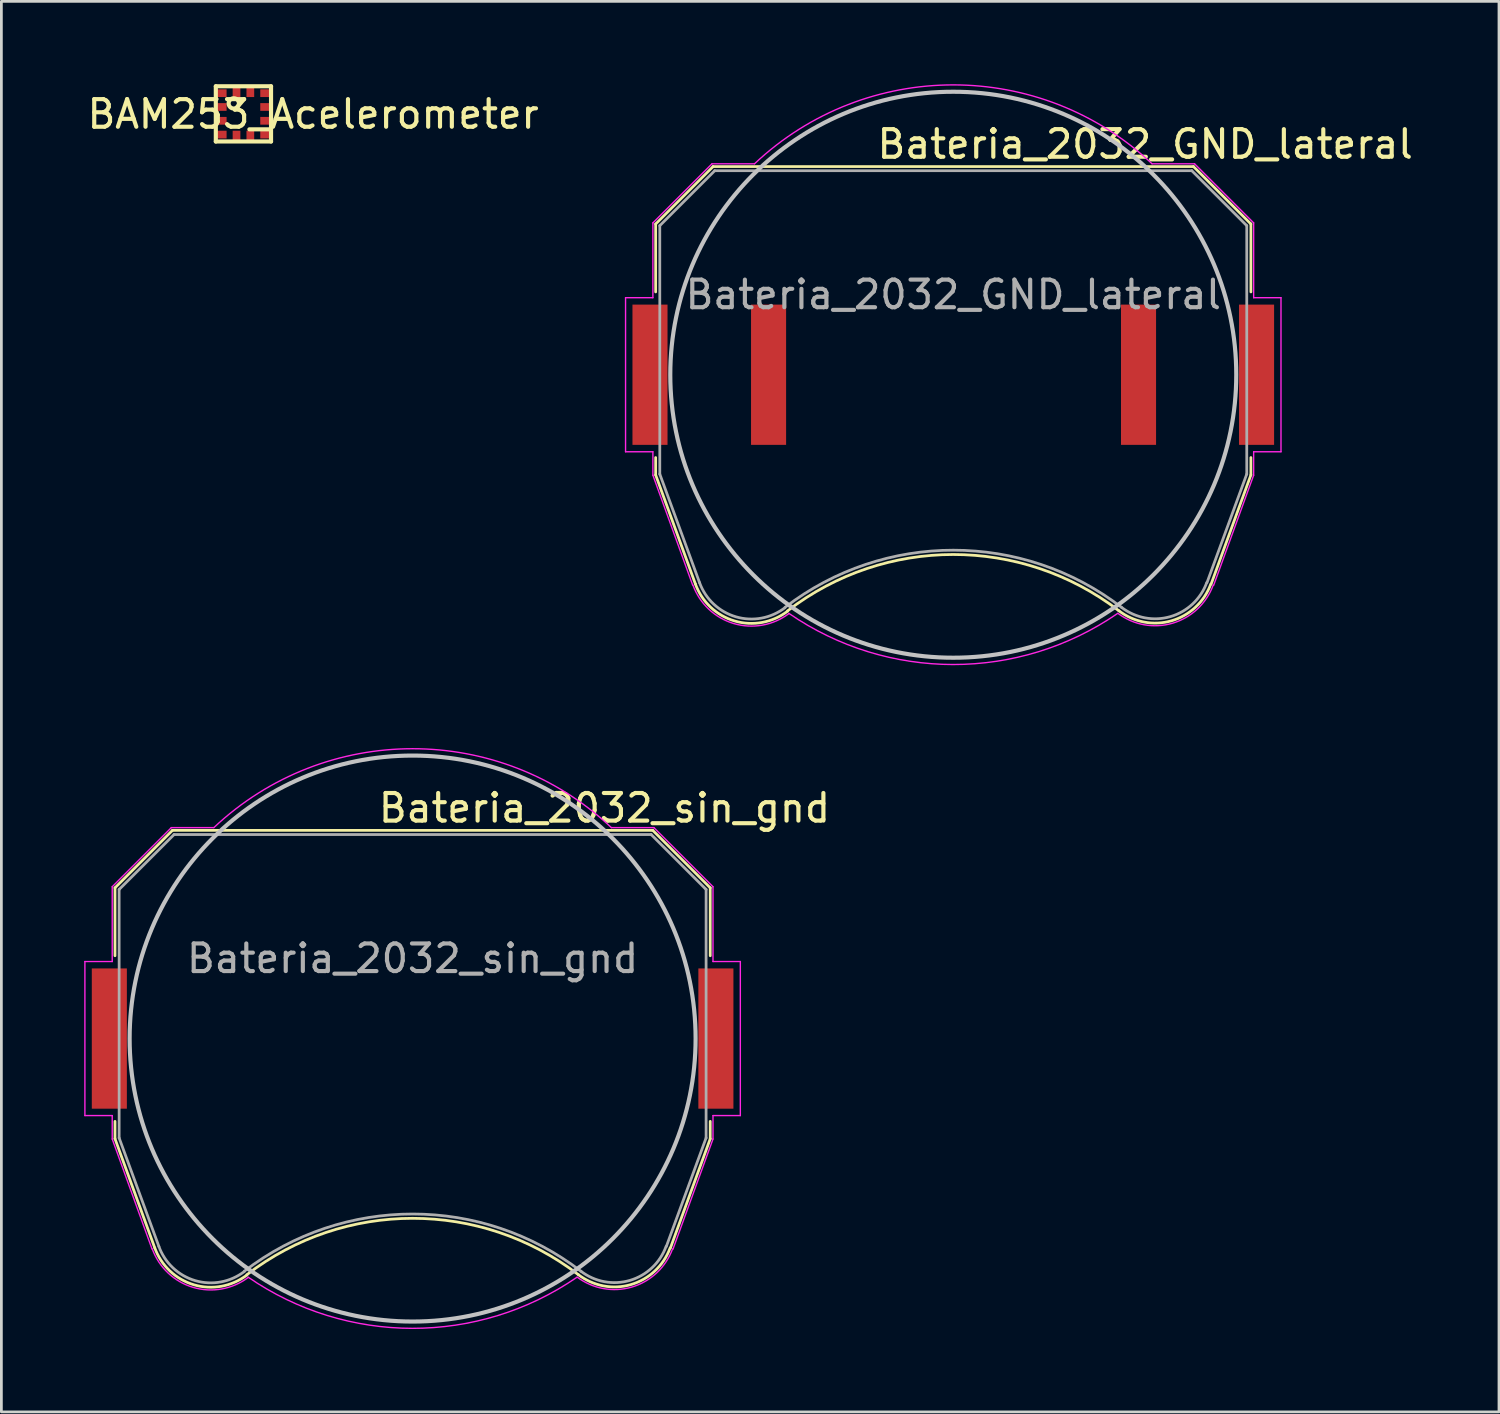
<source format=kicad_pcb>
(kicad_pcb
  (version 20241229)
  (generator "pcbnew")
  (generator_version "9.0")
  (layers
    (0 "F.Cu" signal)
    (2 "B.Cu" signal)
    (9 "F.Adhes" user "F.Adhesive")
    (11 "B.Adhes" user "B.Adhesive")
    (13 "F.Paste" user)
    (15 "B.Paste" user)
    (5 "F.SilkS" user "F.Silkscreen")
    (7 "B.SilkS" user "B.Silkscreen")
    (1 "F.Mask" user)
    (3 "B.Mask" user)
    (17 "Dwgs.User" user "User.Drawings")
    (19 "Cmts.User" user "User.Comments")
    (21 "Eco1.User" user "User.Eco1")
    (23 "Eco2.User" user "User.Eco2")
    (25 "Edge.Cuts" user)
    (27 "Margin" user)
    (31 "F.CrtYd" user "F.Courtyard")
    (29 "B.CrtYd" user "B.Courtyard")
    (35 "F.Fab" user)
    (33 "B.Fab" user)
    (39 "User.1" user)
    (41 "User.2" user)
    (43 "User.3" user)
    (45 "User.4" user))
  (footprint "Bateria_2032_GND_lateral"
    (layer "F.Cu")
    (at 31.478 10.523)
    (property "Reference" "Bateria_2032_GND_lateral" (at 6.95 -8.35 0) (layer "F.SilkS") (effects (font (size 1 1) (thickness 0.15))))
    (attr smd)
    (fp_line (start -10.78 -5.46) (end -10.78 -3) (stroke (width 0.1) (type solid)) (layer "F.SilkS"))
    (fp_line (start -10.78 3) (end -10.78 3.63) (stroke (width 0.1) (type solid)) (layer "F.SilkS"))
    (fp_line (start -10.78 3.63) (end -9.34 7.58) (stroke (width 0.1) (type solid)) (layer "F.SilkS"))
    (fp_line (start -8.7 -7.54) (end -10.78 -5.46) (stroke (width 0.1) (type solid)) (layer "F.SilkS"))
    (fp_line (start 8.7 -7.54) (end -8.7 -7.54) (stroke (width 0.1) (type solid)) (layer "F.SilkS"))
    (fp_line (start 8.7 -7.54) (end 10.78 -5.46) (stroke (width 0.1) (type solid)) (layer "F.SilkS"))
    (fp_line (start 10.78 -5.46) (end 10.78 -3) (stroke (width 0.1) (type solid)) (layer "F.SilkS"))
    (fp_line (start 10.78 3) (end 10.78 3.63) (stroke (width 0.1) (type solid)) (layer "F.SilkS"))
    (fp_line (start 10.78 3.63) (end 9.34 7.58) (stroke (width 0.1) (type solid)) (layer "F.SilkS"))
    (fp_arc (start -6.0046 8.553536) (mid -0.002901 6.511341) (end 6 8.55) (stroke (width 0.1) (type solid)) (layer "F.SilkS"))
    (fp_arc (start -6.003354 8.56653) (mid -7.921654 8.918738) (end -9.34 7.58) (stroke (width 0.1) (type solid)) (layer "F.SilkS"))
    (fp_arc (start 9.325243 7.588169) (mid 7.90634 8.911668) (end 6 8.55) (stroke (width 0.1) (type solid)) (layer "F.SilkS"))
    (fp_circle (center 0 0) (end 0 10.25) (stroke (width 0.15) (type solid)) (fill no) (layer "Dwgs.User"))
    (fp_line (start -11.87 -2.79) (end -11.87 2.79) (stroke (width 0.05) (type solid)) (layer "F.CrtYd"))
    (fp_line (start -11.87 2.79) (end -10.88 2.79) (stroke (width 0.05) (type solid)) (layer "F.CrtYd"))
    (fp_line (start -10.88 -5.5) (end -10.88 -2.79) (stroke (width 0.05) (type solid)) (layer "F.CrtYd"))
    (fp_line (start -10.88 -2.79) (end -11.87 -2.79) (stroke (width 0.05) (type solid)) (layer "F.CrtYd"))
    (fp_line (start -10.88 2.79) (end -10.88 3.64) (stroke (width 0.05) (type solid)) (layer "F.CrtYd"))
    (fp_line (start -10.88 3.64) (end -9.44 7.62) (stroke (width 0.05) (type solid)) (layer "F.CrtYd"))
    (fp_line (start -8.74 -7.64) (end -10.88 -5.5) (stroke (width 0.05) (type solid)) (layer "F.CrtYd"))
    (fp_line (start -7.2 -7.64) (end -8.74 -7.64) (stroke (width 0.05) (type solid)) (layer "F.CrtYd"))
    (fp_line (start 8.74 -7.64) (end 7.2 -7.64) (stroke (width 0.05) (type solid)) (layer "F.CrtYd"))
    (fp_line (start 9.43 7.63) (end 10.88 3.64) (stroke (width 0.05) (type solid)) (layer "F.CrtYd"))
    (fp_line (start 10.88 -5.5) (end 8.74 -7.64) (stroke (width 0.05) (type solid)) (layer "F.CrtYd"))
    (fp_line (start 10.88 -2.79) (end 10.88 -5.5) (stroke (width 0.05) (type solid)) (layer "F.CrtYd"))
    (fp_line (start 10.88 2.79) (end 11.87 2.79) (stroke (width 0.05) (type solid)) (layer "F.CrtYd"))
    (fp_line (start 10.88 3.64) (end 10.88 2.79) (stroke (width 0.05) (type solid)) (layer "F.CrtYd"))
    (fp_line (start 11.87 -2.79) (end 10.88 -2.79) (stroke (width 0.05) (type solid)) (layer "F.CrtYd"))
    (fp_line (start 11.87 2.79) (end 11.87 -2.79) (stroke (width 0.05) (type solid)) (layer "F.CrtYd"))
    (fp_arc (start -7.199546 -7.640427) (mid 0.000312 -10.498075) (end 7.2 -7.64) (stroke (width 0.05) (type solid)) (layer "F.CrtYd"))
    (fp_arc (start -5.956965 8.654604) (mid -7.953941 9.011629) (end -9.43 7.62) (stroke (width 0.05) (type solid)) (layer "F.CrtYd"))
    (fp_arc (start 5.945368 8.650075) (mid -0.008883 10.496243) (end -5.96 8.64) (stroke (width 0.05) (type solid)) (layer "F.CrtYd"))
    (fp_arc (start 9.415144 7.621341) (mid 7.944017 9.000493) (end 5.96 8.64) (stroke (width 0.05) (type solid)) (layer "F.CrtYd"))
    (fp_line (start -10.63 -5.4) (end -8.64 -7.39) (stroke (width 0.1) (type solid)) (layer "F.Fab"))
    (fp_line (start -10.63 3.6) (end -10.63 -5.4) (stroke (width 0.1) (type solid)) (layer "F.Fab"))
    (fp_line (start -9.19 7.53) (end -10.63 3.6) (stroke (width 0.1) (type solid)) (layer "F.Fab"))
    (fp_line (start -8.64 -7.39) (end 8.64 -7.39) (stroke (width 0.1) (type solid)) (layer "F.Fab"))
    (fp_line (start 8.64 -7.39) (end 10.63 -5.4) (stroke (width 0.1) (type solid)) (layer "F.Fab"))
    (fp_line (start 10.63 -5.4) (end 10.63 3.6) (stroke (width 0.1) (type solid)) (layer "F.Fab"))
    (fp_line (start 10.63 3.6) (end 9.19 7.53) (stroke (width 0.1) (type solid)) (layer "F.Fab"))
    (fp_arc (start -6.096146 8.438508) (mid -7.87328 8.768206) (end -9.19 7.53) (stroke (width 0.1) (type solid)) (layer "F.Fab"))
    (fp_arc (start -6.094852 8.426043) (mid 0.003247 6.355257) (end 6.1 8.43) (stroke (width 0.1) (type solid)) (layer "F.Fab"))
    (fp_arc (start 9.180727 7.528882) (mid 7.868698 8.760067) (end 6.1 8.43) (stroke (width 0.1) (type solid)) (layer "F.Fab"))
    (fp_text user "${REFERENCE}" (at 0 -2.9 0) (layer "F.Fab") (effects (font (size 1 1) (thickness 0.15))))
    (pad "1" smd rect (at -10.985 0) (size 1.27 5.08) (layers "F.Cu" "F.Mask" "F.Paste"))
    (pad "1" smd rect (at 10.985 0) (size 1.27 5.08) (layers "F.Cu" "F.Mask" "F.Paste"))
    (pad "2" smd rect (at -6.69 0) (size 1.27 5.08) (layers "F.Cu" "F.Mask" "F.Paste"))
    (pad "2" smd rect (at 6.71 0) (size 1.27 5.08) (layers "F.Cu" "F.Mask" "F.Paste")))
  (footprint "BAM253_Acelerometer"
    (layer "F.Cu")
    (at 5.767 1.075)
    (property "Reference" "BAM253_Acelerometer" (at 2.525 0.01 0) (layer "F.SilkS") (effects (font (size 1 1) (thickness 0.15))))
    (attr through_hole)
    (fp_line (start -1 -1) (end -1 1) (stroke (width 0.15) (type solid)) (layer "F.SilkS"))
    (fp_line (start -1 1) (end 1 1) (stroke (width 0.15) (type solid)) (layer "F.SilkS"))
    (fp_line (start 1 -1) (end -1 -1) (stroke (width 0.15) (type solid)) (layer "F.SilkS"))
    (fp_line (start 1 1) (end 1 -1) (stroke (width 0.15) (type solid)) (layer "F.SilkS"))
    (fp_circle (center -0.35 -0.38) (end -0.2 -0.27) (stroke (width 0.15) (type solid)) (fill no) (layer "F.SilkS"))
    (pad "1" smd rect (at -0.815 -0.75) (size 0.41 0.28) (layers "F.Cu" "F.Mask" "F.Paste"))
    (pad "2" smd rect (at -0.815 -0.25) (size 0.41 0.28) (layers "F.Cu" "F.Mask" "F.Paste"))
    (pad "3" smd rect (at -0.815 0.25) (size 0.41 0.28) (layers "F.Cu" "F.Mask" "F.Paste"))
    (pad "4" smd rect (at -0.815 0.75) (size 0.41 0.28) (layers "F.Cu" "F.Mask" "F.Paste"))
    (pad "5" smd rect (at -0.25 0.815 90) (size 0.41 0.28) (layers "F.Cu" "F.Mask" "F.Paste"))
    (pad "6" smd rect (at 0.25 0.815 90) (size 0.41 0.28) (layers "F.Cu" "F.Mask" "F.Paste"))
    (pad "7" smd rect (at 0.815 0.75) (size 0.41 0.28) (layers "F.Cu" "F.Mask" "F.Paste"))
    (pad "8" smd rect (at 0.815 0.25) (size 0.41 0.28) (layers "F.Cu" "F.Mask" "F.Paste"))
    (pad "9" smd rect (at 0.815 -0.25) (size 0.41 0.28) (layers "F.Cu" "F.Mask" "F.Paste"))
    (pad "10" smd rect (at 0.815 -0.75) (size 0.41 0.28) (layers "F.Cu" "F.Mask" "F.Paste"))
    (pad "11" smd rect (at 0.25 -0.815 270) (size 0.41 0.28) (layers "F.Cu" "F.Mask" "F.Paste"))
    (pad "12" smd rect (at -0.25 -0.815 270) (size 0.41 0.28) (layers "F.Cu" "F.Mask" "F.Paste")))
  (footprint "Bateria_2032_sin_gnd"
    (layer "F.Cu")
    (at 11.895 34.567)
    (property "Reference" "Bateria_2032_sin_gnd" (at 6.95 -8.35 0) (layer "F.SilkS") (effects (font (size 1 1) (thickness 0.15))))
    (attr smd)
    (fp_line (start -10.78 -5.46) (end -10.78 -3) (stroke (width 0.1) (type solid)) (layer "F.SilkS"))
    (fp_line (start -10.78 3) (end -10.78 3.63) (stroke (width 0.1) (type solid)) (layer "F.SilkS"))
    (fp_line (start -10.78 3.63) (end -9.34 7.58) (stroke (width 0.1) (type solid)) (layer "F.SilkS"))
    (fp_line (start -8.7 -7.54) (end -10.78 -5.46) (stroke (width 0.1) (type solid)) (layer "F.SilkS"))
    (fp_line (start 8.7 -7.54) (end -8.7 -7.54) (stroke (width 0.1) (type solid)) (layer "F.SilkS"))
    (fp_line (start 8.7 -7.54) (end 10.78 -5.46) (stroke (width 0.1) (type solid)) (layer "F.SilkS"))
    (fp_line (start 10.78 -5.46) (end 10.78 -3) (stroke (width 0.1) (type solid)) (layer "F.SilkS"))
    (fp_line (start 10.78 3) (end 10.78 3.63) (stroke (width 0.1) (type solid)) (layer "F.SilkS"))
    (fp_line (start 10.78 3.63) (end 9.34 7.58) (stroke (width 0.1) (type solid)) (layer "F.SilkS"))
    (fp_arc (start -6.0046 8.553536) (mid -0.002901 6.511341) (end 6 8.55) (stroke (width 0.1) (type solid)) (layer "F.SilkS"))
    (fp_arc (start -6.003354 8.56653) (mid -7.921654 8.918738) (end -9.34 7.58) (stroke (width 0.1) (type solid)) (layer "F.SilkS"))
    (fp_arc (start 9.325243 7.588169) (mid 7.90634 8.911668) (end 6 8.55) (stroke (width 0.1) (type solid)) (layer "F.SilkS"))
    (fp_circle (center 0 0) (end 0 10.25) (stroke (width 0.15) (type solid)) (fill no) (layer "Dwgs.User"))
    (fp_line (start -11.87 -2.79) (end -11.87 2.79) (stroke (width 0.05) (type solid)) (layer "F.CrtYd"))
    (fp_line (start -11.87 2.79) (end -10.88 2.79) (stroke (width 0.05) (type solid)) (layer "F.CrtYd"))
    (fp_line (start -10.88 -5.5) (end -10.88 -2.79) (stroke (width 0.05) (type solid)) (layer "F.CrtYd"))
    (fp_line (start -10.88 -2.79) (end -11.87 -2.79) (stroke (width 0.05) (type solid)) (layer "F.CrtYd"))
    (fp_line (start -10.88 2.79) (end -10.88 3.64) (stroke (width 0.05) (type solid)) (layer "F.CrtYd"))
    (fp_line (start -10.88 3.64) (end -9.44 7.62) (stroke (width 0.05) (type solid)) (layer "F.CrtYd"))
    (fp_line (start -8.74 -7.64) (end -10.88 -5.5) (stroke (width 0.05) (type solid)) (layer "F.CrtYd"))
    (fp_line (start -7.2 -7.64) (end -8.74 -7.64) (stroke (width 0.05) (type solid)) (layer "F.CrtYd"))
    (fp_line (start 8.74 -7.64) (end 7.2 -7.64) (stroke (width 0.05) (type solid)) (layer "F.CrtYd"))
    (fp_line (start 9.43 7.63) (end 10.88 3.64) (stroke (width 0.05) (type solid)) (layer "F.CrtYd"))
    (fp_line (start 10.88 -5.5) (end 8.74 -7.64) (stroke (width 0.05) (type solid)) (layer "F.CrtYd"))
    (fp_line (start 10.88 -2.79) (end 10.88 -5.5) (stroke (width 0.05) (type solid)) (layer "F.CrtYd"))
    (fp_line (start 10.88 2.79) (end 11.87 2.79) (stroke (width 0.05) (type solid)) (layer "F.CrtYd"))
    (fp_line (start 10.88 3.64) (end 10.88 2.79) (stroke (width 0.05) (type solid)) (layer "F.CrtYd"))
    (fp_line (start 11.87 -2.79) (end 10.88 -2.79) (stroke (width 0.05) (type solid)) (layer "F.CrtYd"))
    (fp_line (start 11.87 2.79) (end 11.87 -2.79) (stroke (width 0.05) (type solid)) (layer "F.CrtYd"))
    (fp_arc (start -7.199546 -7.640427) (mid 0.000312 -10.498075) (end 7.2 -7.64) (stroke (width 0.05) (type solid)) (layer "F.CrtYd"))
    (fp_arc (start -5.956965 8.654604) (mid -7.953941 9.011629) (end -9.43 7.62) (stroke (width 0.05) (type solid)) (layer "F.CrtYd"))
    (fp_arc (start 5.945368 8.650075) (mid -0.008883 10.496243) (end -5.96 8.64) (stroke (width 0.05) (type solid)) (layer "F.CrtYd"))
    (fp_arc (start 9.415144 7.621341) (mid 7.944017 9.000493) (end 5.96 8.64) (stroke (width 0.05) (type solid)) (layer "F.CrtYd"))
    (fp_line (start -10.63 -5.4) (end -8.64 -7.39) (stroke (width 0.1) (type solid)) (layer "F.Fab"))
    (fp_line (start -10.63 3.6) (end -10.63 -5.4) (stroke (width 0.1) (type solid)) (layer "F.Fab"))
    (fp_line (start -9.19 7.53) (end -10.63 3.6) (stroke (width 0.1) (type solid)) (layer "F.Fab"))
    (fp_line (start -8.64 -7.39) (end 8.64 -7.39) (stroke (width 0.1) (type solid)) (layer "F.Fab"))
    (fp_line (start 8.64 -7.39) (end 10.63 -5.4) (stroke (width 0.1) (type solid)) (layer "F.Fab"))
    (fp_line (start 10.63 -5.4) (end 10.63 3.6) (stroke (width 0.1) (type solid)) (layer "F.Fab"))
    (fp_line (start 10.63 3.6) (end 9.19 7.53) (stroke (width 0.1) (type solid)) (layer "F.Fab"))
    (fp_arc (start -6.096146 8.438508) (mid -7.87328 8.768206) (end -9.19 7.53) (stroke (width 0.1) (type solid)) (layer "F.Fab"))
    (fp_arc (start -6.094852 8.426043) (mid 0.003247 6.355257) (end 6.1 8.43) (stroke (width 0.1) (type solid)) (layer "F.Fab"))
    (fp_arc (start 9.180727 7.528882) (mid 7.868698 8.760067) (end 6.1 8.43) (stroke (width 0.1) (type solid)) (layer "F.Fab"))
    (fp_text user "${REFERENCE}" (at 0 -2.9 0) (layer "F.Fab") (effects (font (size 1 1) (thickness 0.15))))
    (pad "1" smd rect (at -10.985 0) (size 1.27 5.08) (layers "F.Cu" "F.Mask" "F.Paste"))
    (pad "1" smd rect (at 10.985 0) (size 1.27 5.08) (layers "F.Cu" "F.Mask" "F.Paste")))
  (gr_rect
    (start -3 -3)
    (end 51.244 48.089)
    (stroke (width 0.1) (type default))
    (fill no)
    (layer "Edge.Cuts")))
</source>
